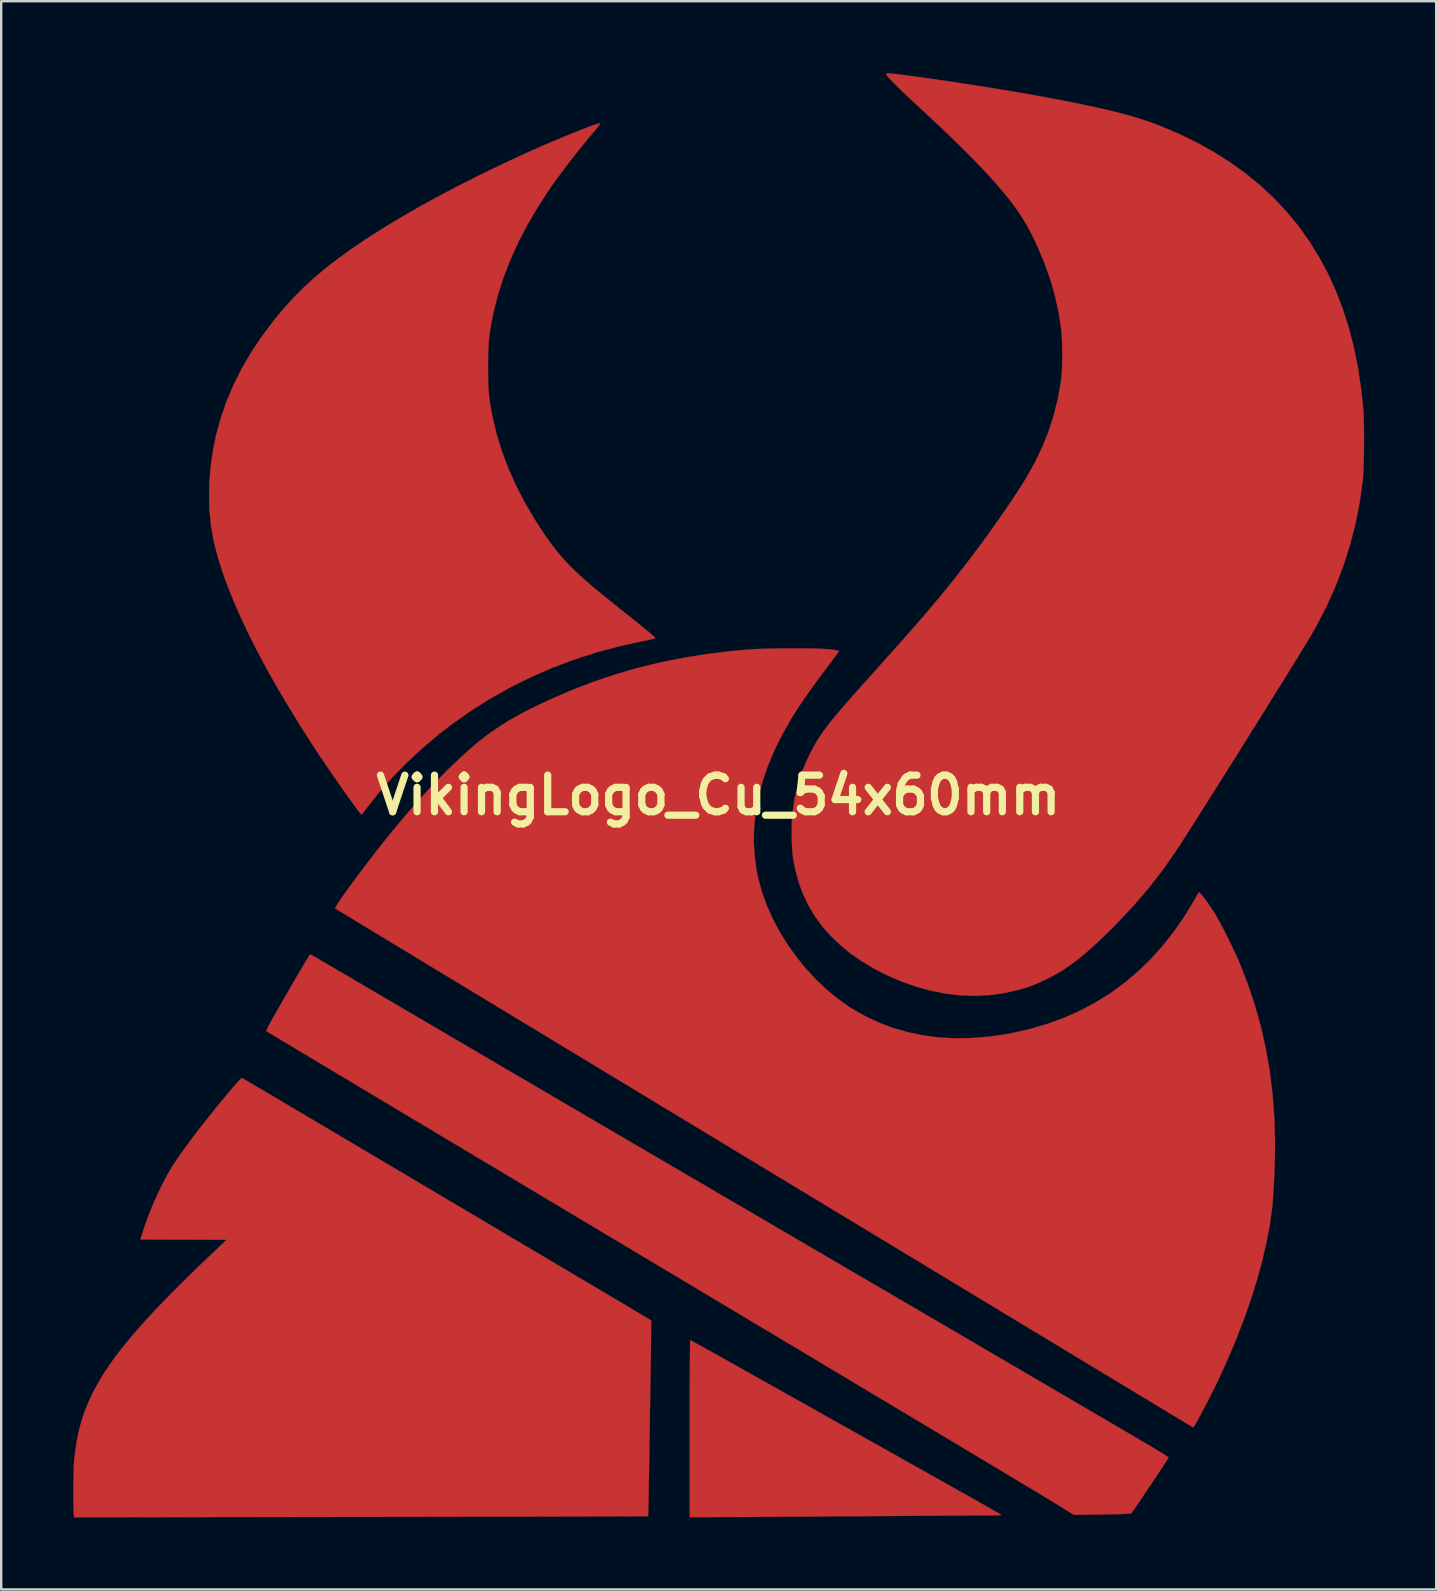
<source format=kicad_pcb>
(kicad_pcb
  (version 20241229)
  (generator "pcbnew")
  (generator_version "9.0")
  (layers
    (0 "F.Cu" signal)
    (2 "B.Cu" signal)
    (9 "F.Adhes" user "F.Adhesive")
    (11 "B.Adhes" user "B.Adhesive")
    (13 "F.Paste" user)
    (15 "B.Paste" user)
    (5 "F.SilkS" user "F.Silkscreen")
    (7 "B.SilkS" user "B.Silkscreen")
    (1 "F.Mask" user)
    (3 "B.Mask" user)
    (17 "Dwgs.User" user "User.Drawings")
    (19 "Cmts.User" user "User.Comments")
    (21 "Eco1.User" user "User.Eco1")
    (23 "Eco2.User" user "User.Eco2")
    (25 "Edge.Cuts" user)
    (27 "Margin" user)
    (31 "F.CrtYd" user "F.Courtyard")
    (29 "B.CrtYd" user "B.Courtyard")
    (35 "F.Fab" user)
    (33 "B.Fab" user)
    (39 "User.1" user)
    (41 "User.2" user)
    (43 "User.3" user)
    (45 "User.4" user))
  (footprint "VikingLogo_Cu_54x60mm"
    (layer "F.Cu")
    (at 26.88 30.079)
    (property "Reference" "VikingLogo_Cu_54x60mm" (at 0 0 0) (layer "F.SilkS") (effects (font (size 1.524 1.524) (thickness 0.3))))
    (attr through_hole)
    (fp_poly (pts (xy -1.146 22.717) (xy -1.079 22.752) (xy -0.975 22.809) (xy -0.837 22.885) (xy -0.668 22.979) (xy -0.471 23.088) (xy -0.249 23.212) (xy -0.007 23.347) (xy 0.253 23.493) (xy 0.527 23.647) (xy 0.679 23.732) (xy 0.888 23.849) (xy 1.139 23.99) (xy 1.427 24.152) (xy 1.75 24.334) (xy 2.104 24.533) (xy 2.486 24.747) (xy 2.892 24.976) (xy 3.32 25.216) (xy 3.766 25.466) (xy 4.227 25.725) (xy 4.699 25.99) (xy 5.179 26.26) (xy 5.664 26.532) (xy 6.151 26.806) (xy 6.636 27.078) (xy 7.116 27.347) (xy 7.132 27.356) (xy 7.582 27.609) (xy 8.02 27.855) (xy 8.445 28.094) (xy 8.853 28.323) (xy 9.244 28.543) (xy 9.615 28.752) (xy 9.964 28.948) (xy 10.288 29.131) (xy 10.587 29.299) (xy 10.857 29.452) (xy 11.097 29.587) (xy 11.304 29.704) (xy 11.477 29.802) (xy 11.613 29.88) (xy 11.711 29.936) (xy 11.768 29.969) (xy 11.783 29.978) (xy 11.77 29.988) (xy 11.709 29.996) (xy 11.605 30.001) (xy 11.466 30.003) (xy 11.407 30.003) (xy 11.301 30.003) (xy 11.148 30.004) (xy 10.953 30.005) (xy 10.716 30.007) (xy 10.441 30.009) (xy 10.131 30.011) (xy 9.787 30.013) (xy 9.412 30.015) (xy 9.009 30.018) (xy 8.58 30.021) (xy 8.128 30.023) (xy 7.655 30.027) (xy 7.164 30.03) (xy 6.658 30.033) (xy 6.138 30.037) (xy 5.619 30.04) (xy 5.084 30.044) (xy 4.557 30.047) (xy 4.04 30.051) (xy 3.537 30.054) (xy 3.05 30.057) (xy 2.583 30.06) (xy 2.136 30.063) (xy 1.714 30.065) (xy 1.319 30.068) (xy 0.954 30.07) (xy 0.62 30.072) (xy 0.322 30.074) (xy 0.062 30.075) (xy -0.158 30.076) (xy -0.335 30.077) (xy -0.466 30.078) (xy -0.54 30.078) (xy -1.195 30.078) (xy -1.195 26.392) (xy -1.195 25.869) (xy -1.194 25.381) (xy -1.194 24.93) (xy -1.192 24.516) (xy -1.191 24.141) (xy -1.189 23.806) (xy -1.187 23.513) (xy -1.185 23.263) (xy -1.183 23.058) (xy -1.18 22.898) (xy -1.177 22.785) (xy -1.174 22.721) (xy -1.171 22.705) (xy -1.146 22.717)) (stroke (width 0.01) (type solid)) (fill yes) (layer "F.Cu"))
    (fp_poly (pts (xy -19.846 11.781) (xy -19.822 11.794) (xy -19.757 11.833) (xy -19.652 11.895) (xy -19.508 11.979) (xy -19.328 12.086) (xy -19.113 12.213) (xy -18.866 12.359) (xy -18.587 12.524) (xy -18.279 12.706) (xy -17.944 12.905) (xy -17.583 13.119) (xy -17.198 13.346) (xy -16.791 13.587) (xy -16.364 13.84) (xy -15.919 14.104) (xy -15.457 14.377) (xy -14.981 14.659) (xy -14.492 14.949) (xy -13.991 15.246) (xy -13.481 15.548) (xy -12.964 15.854) (xy -12.441 16.164) (xy -11.914 16.476) (xy -11.386 16.79) (xy -10.857 17.103) (xy -10.329 17.416) (xy -9.805 17.726) (xy -9.287 18.034) (xy -8.775 18.337) (xy -8.272 18.635) (xy -7.78 18.927) (xy -7.3 19.211) (xy -6.835 19.487) (xy -6.385 19.753) (xy -5.954 20.009) (xy -5.542 20.253) (xy -5.152 20.485) (xy -4.785 20.702) (xy -4.444 20.905) (xy -4.129 21.091) (xy -3.844 21.261) (xy -3.588 21.412) (xy -3.366 21.545) (xy -3.177 21.657) (xy -3.025 21.747) (xy -2.91 21.815) (xy -2.835 21.86) (xy -2.802 21.88) (xy -2.8 21.881) (xy -2.8 21.907) (xy -2.8 21.98) (xy -2.801 22.098) (xy -2.802 22.257) (xy -2.804 22.453) (xy -2.807 22.684) (xy -2.811 22.945) (xy -2.815 23.235) (xy -2.819 23.55) (xy -2.824 23.885) (xy -2.829 24.239) (xy -2.835 24.607) (xy -2.841 24.987) (xy -2.847 25.375) (xy -2.853 25.768) (xy -2.859 26.162) (xy -2.865 26.555) (xy -2.871 26.943) (xy -2.877 27.323) (xy -2.884 27.691) (xy -2.889 28.044) (xy -2.895 28.379) (xy -2.901 28.693) (xy -2.906 28.982) (xy -2.91 29.243) (xy -2.915 29.473) (xy -2.919 29.669) (xy -2.922 29.826) (xy -2.925 29.943) (xy -2.927 30.015) (xy -2.928 30.04) (xy -2.954 30.04) (xy -3.029 30.041) (xy -3.152 30.042) (xy -3.321 30.042) (xy -3.534 30.043) (xy -3.79 30.044) (xy -4.088 30.045) (xy -4.426 30.046) (xy -4.802 30.047) (xy -5.214 30.048) (xy -5.662 30.049) (xy -6.144 30.05) (xy -6.657 30.051) (xy -7.201 30.053) (xy -7.773 30.054) (xy -8.373 30.055) (xy -8.999 30.056) (xy -9.649 30.057) (xy -10.321 30.059) (xy -11.014 30.06) (xy -11.727 30.061) (xy -12.457 30.062) (xy -13.204 30.064) (xy -13.966 30.065) (xy -14.741 30.066) (xy -14.889 30.066) (xy -26.841 30.085) (xy -26.858 29.91) (xy -26.865 29.798) (xy -26.87 29.644) (xy -26.874 29.456) (xy -26.875 29.243) (xy -26.875 29.013) (xy -26.874 28.774) (xy -26.87 28.536) (xy -26.865 28.307) (xy -26.859 28.095) (xy -26.852 27.908) (xy -26.843 27.756) (xy -26.837 27.685) (xy -26.795 27.311) (xy -26.739 26.948) (xy -26.668 26.592) (xy -26.582 26.243) (xy -26.479 25.899) (xy -26.357 25.556) (xy -26.215 25.215) (xy -26.052 24.872) (xy -25.867 24.526) (xy -25.657 24.174) (xy -25.423 23.815) (xy -25.162 23.447) (xy -24.873 23.067) (xy -24.556 22.675) (xy -24.208 22.267) (xy -23.828 21.842) (xy -23.415 21.398) (xy -22.968 20.933) (xy -22.485 20.446) (xy -21.965 19.933) (xy -21.406 19.394) (xy -20.916 18.927) (xy -20.488 18.522) (xy -22.285 18.516) (xy -24.081 18.509) (xy -24.064 18.452) (xy -23.917 17.996) (xy -23.75 17.535) (xy -23.568 17.079) (xy -23.374 16.637) (xy -23.171 16.216) (xy -22.965 15.825) (xy -22.758 15.473) (xy -22.675 15.344) (xy -22.444 15.004) (xy -22.177 14.63) (xy -21.877 14.226) (xy -21.544 13.794) (xy -21.181 13.334) (xy -20.928 13.02) (xy -20.695 12.736) (xy -20.49 12.487) (xy -20.311 12.275) (xy -20.161 12.1) (xy -20.038 11.962) (xy -19.945 11.862) (xy -19.881 11.801) (xy -19.848 11.78) (xy -19.846 11.781)) (stroke (width 0.01) (type solid)) (fill yes) (layer "F.Cu"))
    (fp_poly (pts (xy -16.977 6.645) (xy -16.911 6.683) (xy -16.808 6.742) (xy -16.672 6.821) (xy -16.507 6.916) (xy -16.316 7.027) (xy -16.104 7.151) (xy -15.874 7.286) (xy -15.629 7.429) (xy -15.498 7.506) (xy -14.63 8.016) (xy -13.761 8.526) (xy -12.889 9.038) (xy -12.011 9.552) (xy -11.126 10.072) (xy -10.231 10.596) (xy -9.324 11.128) (xy -8.403 11.668) (xy -7.465 12.218) (xy -6.508 12.778) (xy -5.53 13.351) (xy -4.529 13.937) (xy -3.502 14.538) (xy -2.447 15.155) (xy -1.363 15.789) (xy -0.246 16.443) (xy 0.905 17.116) (xy 2.092 17.81) (xy 3.319 18.528) (xy 4.587 19.269) (xy 4.907 19.456) (xy 5.878 20.024) (xy 6.83 20.581) (xy 7.762 21.125) (xy 8.671 21.657) (xy 9.557 22.175) (xy 10.417 22.678) (xy 11.25 23.166) (xy 12.055 23.637) (xy 12.83 24.09) (xy 13.574 24.525) (xy 14.284 24.941) (xy 14.959 25.336) (xy 15.598 25.711) (xy 16.2 26.063) (xy 16.762 26.392) (xy 17.282 26.697) (xy 17.691 26.937) (xy 17.955 27.092) (xy 18.177 27.224) (xy 18.359 27.334) (xy 18.503 27.423) (xy 18.613 27.492) (xy 18.689 27.545) (xy 18.735 27.58) (xy 18.753 27.601) (xy 18.753 27.605) (xy 18.736 27.633) (xy 18.694 27.698) (xy 18.63 27.795) (xy 18.548 27.921) (xy 18.449 28.069) (xy 18.338 28.236) (xy 18.218 28.416) (xy 18.092 28.605) (xy 17.963 28.798) (xy 17.834 28.989) (xy 17.709 29.175) (xy 17.591 29.351) (xy 17.483 29.511) (xy 17.388 29.652) (xy 17.309 29.767) (xy 17.25 29.853) (xy 17.213 29.905) (xy 17.203 29.918) (xy 17.18 29.925) (xy 17.123 29.933) (xy 17.029 29.939) (xy 16.898 29.945) (xy 16.725 29.95) (xy 16.509 29.956) (xy 16.246 29.96) (xy 15.993 29.964) (xy 14.81 29.981) (xy 14.09 29.534) (xy 14.031 29.497) (xy 13.929 29.435) (xy 13.785 29.349) (xy 13.602 29.238) (xy 13.379 29.104) (xy 13.118 28.947) (xy 12.821 28.769) (xy 12.488 28.569) (xy 12.12 28.349) (xy 11.719 28.108) (xy 11.286 27.848) (xy 10.822 27.57) (xy 10.327 27.274) (xy 9.804 26.961) (xy 9.254 26.631) (xy 8.676 26.285) (xy 8.074 25.925) (xy 7.447 25.549) (xy 6.797 25.16) (xy 6.125 24.758) (xy 5.432 24.344) (xy 4.719 23.917) (xy 3.988 23.48) (xy 3.24 23.032) (xy 2.475 22.575) (xy 1.695 22.109) (xy 0.901 21.634) (xy 0.095 21.152) (xy -0.724 20.663) (xy -1.552 20.167) (xy -2.391 19.666) (xy -2.716 19.472) (xy -3.553 18.972) (xy -4.379 18.478) (xy -5.193 17.991) (xy -5.994 17.512) (xy -6.781 17.041) (xy -7.554 16.58) (xy -8.31 16.128) (xy -9.049 15.686) (xy -9.77 15.255) (xy -10.471 14.835) (xy -11.153 14.428) (xy -11.812 14.033) (xy -12.449 13.652) (xy -13.063 13.285) (xy -13.651 12.933) (xy -14.214 12.597) (xy -14.75 12.276) (xy -15.258 11.972) (xy -15.737 11.685) (xy -16.186 11.417) (xy -16.604 11.167) (xy -16.989 10.936) (xy -17.341 10.725) (xy -17.658 10.535) (xy -17.94 10.366) (xy -18.186 10.219) (xy -18.394 10.094) (xy -18.563 9.993) (xy -18.692 9.915) (xy -18.78 9.862) (xy -18.826 9.833) (xy -18.833 9.829) (xy -18.834 9.814) (xy -18.823 9.779) (xy -18.797 9.722) (xy -18.756 9.64) (xy -18.698 9.532) (xy -18.622 9.394) (xy -18.528 9.224) (xy -18.412 9.019) (xy -18.275 8.778) (xy -18.114 8.498) (xy -17.949 8.212) (xy -17.799 7.952) (xy -17.655 7.705) (xy -17.521 7.475) (xy -17.397 7.266) (xy -17.287 7.08) (xy -17.191 6.922) (xy -17.113 6.795) (xy -17.055 6.702) (xy -17.017 6.646) (xy -17.004 6.631) (xy -16.977 6.645)) (stroke (width 0.01) (type solid)) (fill yes) (layer "F.Cu"))
    (fp_poly (pts (xy -4.937 -27.988) (xy -4.935 -27.966) (xy -4.97 -27.91) (xy -5.04 -27.818) (xy -5.127 -27.714) (xy -5.404 -27.384) (xy -5.687 -27.038) (xy -5.969 -26.685) (xy -6.243 -26.332) (xy -6.504 -25.989) (xy -6.745 -25.664) (xy -6.959 -25.364) (xy -7.022 -25.273) (xy -7.509 -24.53) (xy -7.945 -23.789) (xy -8.331 -23.05) (xy -8.666 -22.314) (xy -8.951 -21.579) (xy -9.185 -20.846) (xy -9.37 -20.114) (xy -9.456 -19.679) (xy -9.493 -19.467) (xy -9.523 -19.28) (xy -9.546 -19.108) (xy -9.564 -18.942) (xy -9.577 -18.773) (xy -9.587 -18.591) (xy -9.592 -18.388) (xy -9.596 -18.154) (xy -9.597 -17.879) (xy -9.597 -17.836) (xy -9.596 -17.528) (xy -9.592 -17.262) (xy -9.584 -17.026) (xy -9.571 -16.812) (xy -9.552 -16.61) (xy -9.527 -16.409) (xy -9.494 -16.201) (xy -9.453 -15.975) (xy -9.409 -15.755) (xy -9.238 -15.036) (xy -9.017 -14.319) (xy -8.747 -13.604) (xy -8.427 -12.89) (xy -8.057 -12.176) (xy -7.636 -11.462) (xy -7.386 -11.073) (xy -7.228 -10.838) (xy -7.074 -10.618) (xy -6.923 -10.411) (xy -6.77 -10.213) (xy -6.613 -10.021) (xy -6.448 -9.833) (xy -6.273 -9.644) (xy -6.084 -9.453) (xy -5.878 -9.256) (xy -5.652 -9.049) (xy -5.403 -8.83) (xy -5.128 -8.596) (xy -4.823 -8.344) (xy -4.486 -8.07) (xy -4.114 -7.772) (xy -3.792 -7.517) (xy -3.515 -7.297) (xy -3.278 -7.107) (xy -3.079 -6.946) (xy -2.918 -6.814) (xy -2.793 -6.708) (xy -2.704 -6.629) (xy -2.649 -6.575) (xy -2.627 -6.546) (xy -2.648 -6.533) (xy -2.714 -6.513) (xy -2.818 -6.487) (xy -2.956 -6.457) (xy -3.121 -6.424) (xy -3.133 -6.422) (xy -4.113 -6.211) (xy -5.074 -5.953) (xy -6.014 -5.65) (xy -6.934 -5.303) (xy -7.83 -4.911) (xy -8.702 -4.476) (xy -9.548 -3.999) (xy -10.367 -3.479) (xy -11.158 -2.918) (xy -11.645 -2.54) (xy -12.329 -1.964) (xy -12.975 -1.365) (xy -13.579 -0.747) (xy -14.139 -0.113) (xy -14.595 0.461) (xy -14.682 0.574) (xy -14.758 0.672) (xy -14.818 0.747) (xy -14.857 0.794) (xy -14.87 0.806) (xy -14.891 0.79) (xy -14.935 0.741) (xy -14.991 0.67) (xy -15.009 0.646) (xy -15.202 0.381) (xy -15.416 0.084) (xy -15.644 -0.237) (xy -15.879 -0.572) (xy -16.113 -0.91) (xy -16.341 -1.243) (xy -16.555 -1.559) (xy -16.748 -1.85) (xy -16.819 -1.958) (xy -17.361 -2.802) (xy -17.869 -3.624) (xy -18.343 -4.424) (xy -18.782 -5.201) (xy -19.187 -5.954) (xy -19.555 -6.681) (xy -19.888 -7.382) (xy -20.184 -8.055) (xy -20.444 -8.701) (xy -20.666 -9.317) (xy -20.85 -9.903) (xy -20.996 -10.458) (xy -21.053 -10.717) (xy -21.144 -11.263) (xy -21.199 -11.84) (xy -21.219 -12.439) (xy -21.204 -13.055) (xy -21.153 -13.68) (xy -21.074 -14.264) (xy -20.932 -14.98) (xy -20.741 -15.686) (xy -20.501 -16.383) (xy -20.21 -17.071) (xy -19.871 -17.751) (xy -19.481 -18.422) (xy -19.041 -19.086) (xy -18.551 -19.741) (xy -18.449 -19.87) (xy -18.069 -20.322) (xy -17.678 -20.749) (xy -17.27 -21.158) (xy -16.838 -21.554) (xy -16.376 -21.943) (xy -15.878 -22.331) (xy -15.336 -22.723) (xy -15.299 -22.749) (xy -14.669 -23.176) (xy -13.992 -23.609) (xy -13.269 -24.047) (xy -12.505 -24.488) (xy -11.701 -24.93) (xy -10.861 -25.373) (xy -9.987 -25.815) (xy -9.081 -26.254) (xy -8.147 -26.689) (xy -8.06 -26.729) (xy -7.777 -26.856) (xy -7.488 -26.984) (xy -7.196 -27.111) (xy -6.905 -27.236) (xy -6.619 -27.356) (xy -6.343 -27.471) (xy -6.079 -27.578) (xy -5.833 -27.677) (xy -5.609 -27.765) (xy -5.409 -27.84) (xy -5.239 -27.902) (xy -5.102 -27.949) (xy -5.003 -27.978) (xy -4.945 -27.989) (xy -4.937 -27.988)) (stroke (width 0.01) (type solid)) (fill yes) (layer "F.Cu"))
    (fp_poly (pts (xy 3.354 -6.116) (xy 3.636 -6.114) (xy 3.901 -6.11) (xy 4.143 -6.104) (xy 4.356 -6.095) (xy 4.532 -6.085) (xy 4.666 -6.073) (xy 4.703 -6.069) (xy 4.824 -6.051) (xy 4.925 -6.035) (xy 4.996 -6.022) (xy 5.028 -6.015) (xy 5.028 -6.015) (xy 5.015 -5.993) (xy 4.975 -5.936) (xy 4.91 -5.846) (xy 4.824 -5.729) (xy 4.721 -5.588) (xy 4.602 -5.429) (xy 4.472 -5.255) (xy 4.419 -5.184) (xy 4.158 -4.834) (xy 3.927 -4.518) (xy 3.72 -4.228) (xy 3.532 -3.958) (xy 3.361 -3.703) (xy 3.202 -3.457) (xy 3.05 -3.212) (xy 2.999 -3.127) (xy 2.632 -2.479) (xy 2.316 -1.834) (xy 2.05 -1.194) (xy 1.834 -0.557) (xy 1.669 0.075) (xy 1.553 0.702) (xy 1.488 1.324) (xy 1.473 1.941) (xy 1.509 2.552) (xy 1.595 3.158) (xy 1.667 3.5) (xy 1.821 4.055) (xy 2.022 4.609) (xy 2.268 5.157) (xy 2.555 5.696) (xy 2.879 6.22) (xy 3.238 6.725) (xy 3.628 7.207) (xy 4.046 7.66) (xy 4.488 8.082) (xy 4.952 8.466) (xy 5.434 8.809) (xy 5.572 8.897) (xy 6.127 9.213) (xy 6.701 9.482) (xy 7.296 9.704) (xy 7.911 9.88) (xy 8.545 10.009) (xy 9.198 10.092) (xy 9.87 10.128) (xy 10.56 10.117) (xy 11.268 10.059) (xy 11.994 9.954) (xy 12.28 9.901) (xy 13.029 9.729) (xy 13.75 9.514) (xy 14.444 9.257) (xy 15.11 8.957) (xy 15.748 8.615) (xy 16.358 8.23) (xy 16.94 7.802) (xy 17.494 7.333) (xy 18.02 6.821) (xy 18.517 6.267) (xy 18.986 5.671) (xy 19.427 5.033) (xy 19.796 4.427) (xy 20.018 4.041) (xy 20.08 4.099) (xy 20.144 4.168) (xy 20.229 4.272) (xy 20.326 4.402) (xy 20.431 4.549) (xy 20.537 4.705) (xy 20.638 4.86) (xy 20.71 4.977) (xy 20.799 5.134) (xy 20.905 5.327) (xy 21.021 5.548) (xy 21.144 5.787) (xy 21.268 6.035) (xy 21.388 6.282) (xy 21.501 6.518) (xy 21.601 6.734) (xy 21.683 6.92) (xy 21.686 6.928) (xy 22.036 7.816) (xy 22.339 8.715) (xy 22.596 9.629) (xy 22.805 10.557) (xy 22.969 11.503) (xy 23.087 12.468) (xy 23.16 13.453) (xy 23.187 14.46) (xy 23.187 14.594) (xy 23.185 14.866) (xy 23.18 15.159) (xy 23.171 15.467) (xy 23.16 15.779) (xy 23.147 16.088) (xy 23.132 16.384) (xy 23.115 16.658) (xy 23.097 16.902) (xy 23.079 17.106) (xy 23.073 17.162) (xy 22.973 17.882) (xy 22.833 18.63) (xy 22.654 19.402) (xy 22.437 20.197) (xy 22.182 21.011) (xy 21.891 21.842) (xy 21.564 22.686) (xy 21.201 23.542) (xy 20.888 24.23) (xy 20.806 24.404) (xy 20.714 24.593) (xy 20.614 24.794) (xy 20.51 25.001) (xy 20.403 25.21) (xy 20.297 25.415) (xy 20.194 25.612) (xy 20.097 25.795) (xy 20.008 25.96) (xy 19.93 26.101) (xy 19.866 26.214) (xy 19.818 26.294) (xy 19.788 26.336) (xy 19.782 26.34) (xy 19.759 26.327) (xy 19.695 26.289) (xy 19.588 26.225) (xy 19.442 26.136) (xy 19.256 26.024) (xy 19.031 25.889) (xy 18.769 25.731) (xy 18.471 25.551) (xy 18.137 25.349) (xy 17.769 25.127) (xy 17.368 24.884) (xy 16.934 24.622) (xy 16.469 24.342) (xy 15.974 24.042) (xy 15.449 23.725) (xy 14.897 23.391) (xy 14.317 23.041) (xy 13.711 22.674) (xy 13.079 22.293) (xy 12.424 21.896) (xy 11.745 21.486) (xy 11.044 21.062) (xy 10.322 20.626) (xy 9.58 20.177) (xy 8.819 19.717) (xy 8.04 19.246) (xy 7.244 18.764) (xy 6.431 18.273) (xy 5.604 17.773) (xy 4.763 17.264) (xy 3.909 16.748) (xy 3.042 16.224) (xy 2.165 15.693) (xy 1.92 15.545) (xy 1.039 15.012) (xy 0.17 14.486) (xy -0.688 13.967) (xy -1.533 13.456) (xy -2.365 12.953) (xy -3.182 12.459) (xy -3.983 11.974) (xy -4.767 11.499) (xy -5.534 11.036) (xy -6.282 10.583) (xy -7.01 10.142) (xy -7.717 9.714) (xy -8.403 9.299) (xy -9.065 8.898) (xy -9.704 8.512) (xy -10.318 8.14) (xy -10.906 7.784) (xy -11.467 7.444) (xy -12 7.122) (xy -12.504 6.816) (xy -12.978 6.529) (xy -13.421 6.261) (xy -13.832 6.012) (xy -14.21 5.783) (xy -14.554 5.574) (xy -14.863 5.387) (xy -15.136 5.221) (xy -15.372 5.078) (xy -15.569 4.958) (xy -15.728 4.862) (xy -15.846 4.79) (xy -15.923 4.743) (xy -15.958 4.721) (xy -15.96 4.72) (xy -15.956 4.689) (xy -15.921 4.619) (xy -15.855 4.511) (xy -15.759 4.366) (xy -15.634 4.185) (xy -15.48 3.969) (xy -15.298 3.717) (xy -15.087 3.433) (xy -14.888 3.165) (xy -14.268 2.354) (xy -13.658 1.589) (xy -13.059 0.87) (xy -12.472 0.198) (xy -11.896 -0.428) (xy -11.333 -1.005) (xy -10.782 -1.534) (xy -10.373 -1.904) (xy -10.054 -2.175) (xy -9.739 -2.426) (xy -9.42 -2.661) (xy -9.091 -2.883) (xy -8.746 -3.098) (xy -8.377 -3.31) (xy -7.979 -3.521) (xy -7.545 -3.737) (xy -7.068 -3.961) (xy -6.16 -4.357) (xy -5.247 -4.71) (xy -4.324 -5.022) (xy -3.388 -5.295) (xy -2.434 -5.528) (xy -1.457 -5.724) (xy -0.454 -5.884) (xy 0.58 -6.008) (xy 1.246 -6.068) (xy 1.436 -6.081) (xy 1.659 -6.091) (xy 1.91 -6.1) (xy 2.182 -6.107) (xy 2.469 -6.112) (xy 2.764 -6.116) (xy 3.061 -6.117) (xy 3.354 -6.116)) (stroke (width 0.01) (type solid)) (fill yes) (layer "F.Cu"))
    (fp_poly (pts (xy 7.161 -30.07) (xy 7.262 -30.061) (xy 7.396 -30.045) (xy 7.567 -30.024) (xy 7.78 -29.996) (xy 8.016 -29.964) (xy 8.748 -29.863) (xy 9.483 -29.758) (xy 10.217 -29.647) (xy 10.945 -29.534) (xy 11.661 -29.418) (xy 12.36 -29.301) (xy 13.037 -29.183) (xy 13.688 -29.065) (xy 14.307 -28.948) (xy 14.889 -28.833) (xy 15.429 -28.721) (xy 15.802 -28.639) (xy 16.282 -28.529) (xy 16.718 -28.421) (xy 17.117 -28.314) (xy 17.485 -28.206) (xy 17.828 -28.096) (xy 18.153 -27.981) (xy 18.37 -27.898) (xy 19.174 -27.558) (xy 19.938 -27.187) (xy 20.662 -26.784) (xy 21.346 -26.349) (xy 21.991 -25.882) (xy 22.597 -25.383) (xy 23.162 -24.853) (xy 23.689 -24.29) (xy 24.175 -23.696) (xy 24.623 -23.07) (xy 25.03 -22.411) (xy 25.399 -21.721) (xy 25.727 -20.999) (xy 26.017 -20.244) (xy 26.267 -19.457) (xy 26.478 -18.639) (xy 26.649 -17.787) (xy 26.781 -16.904) (xy 26.863 -16.121) (xy 26.875 -15.939) (xy 26.885 -15.718) (xy 26.891 -15.465) (xy 26.896 -15.189) (xy 26.897 -14.897) (xy 26.896 -14.598) (xy 26.893 -14.3) (xy 26.888 -14.01) (xy 26.88 -13.738) (xy 26.87 -13.49) (xy 26.857 -13.275) (xy 26.843 -13.101) (xy 26.839 -13.069) (xy 26.711 -12.168) (xy 26.535 -11.281) (xy 26.309 -10.408) (xy 26.035 -9.55) (xy 25.712 -8.708) (xy 25.342 -7.881) (xy 24.923 -7.07) (xy 24.719 -6.712) (xy 24.637 -6.573) (xy 24.529 -6.394) (xy 24.398 -6.178) (xy 24.245 -5.928) (xy 24.073 -5.647) (xy 23.882 -5.339) (xy 23.676 -5.005) (xy 23.456 -4.65) (xy 23.224 -4.276) (xy 22.981 -3.887) (xy 22.73 -3.484) (xy 22.473 -3.072) (xy 22.211 -2.653) (xy 21.947 -2.231) (xy 21.682 -1.807) (xy 21.418 -1.387) (xy 21.156 -0.971) (xy 20.9 -0.564) (xy 20.651 -0.168) (xy 20.41 0.213) (xy 20.18 0.576) (xy 19.963 0.92) (xy 19.759 1.239) (xy 19.572 1.533) (xy 19.404 1.796) (xy 19.255 2.027) (xy 19.128 2.223) (xy 19.025 2.38) (xy 18.984 2.441) (xy 18.462 3.18) (xy 17.894 3.907) (xy 17.278 4.622) (xy 16.613 5.329) (xy 16.476 5.467) (xy 16.127 5.812) (xy 15.805 6.12) (xy 15.506 6.394) (xy 15.224 6.638) (xy 14.957 6.855) (xy 14.7 7.049) (xy 14.447 7.223) (xy 14.196 7.38) (xy 13.942 7.524) (xy 13.692 7.652) (xy 13.421 7.78) (xy 13.178 7.885) (xy 12.946 7.974) (xy 12.709 8.051) (xy 12.453 8.123) (xy 12.45 8.124) (xy 11.86 8.253) (xy 11.266 8.332) (xy 10.669 8.36) (xy 10.074 8.338) (xy 10.056 8.337) (xy 9.448 8.263) (xy 8.836 8.141) (xy 8.227 7.973) (xy 7.626 7.761) (xy 7.039 7.509) (xy 6.47 7.217) (xy 5.927 6.888) (xy 5.496 6.586) (xy 5.269 6.405) (xy 5.032 6.198) (xy 4.798 5.977) (xy 4.579 5.753) (xy 4.388 5.538) (xy 4.34 5.479) (xy 4.024 5.049) (xy 3.753 4.595) (xy 3.524 4.117) (xy 3.339 3.612) (xy 3.196 3.08) (xy 3.113 2.644) (xy 3.093 2.478) (xy 3.077 2.273) (xy 3.065 2.039) (xy 3.058 1.788) (xy 3.055 1.531) (xy 3.057 1.279) (xy 3.064 1.044) (xy 3.076 0.836) (xy 3.088 0.712) (xy 3.173 0.15) (xy 3.295 -0.384) (xy 3.457 -0.9) (xy 3.663 -1.407) (xy 3.792 -1.678) (xy 3.88 -1.85) (xy 3.967 -2.014) (xy 4.055 -2.17) (xy 4.148 -2.324) (xy 4.247 -2.478) (xy 4.356 -2.636) (xy 4.477 -2.802) (xy 4.612 -2.978) (xy 4.764 -3.169) (xy 4.937 -3.376) (xy 5.131 -3.605) (xy 5.351 -3.859) (xy 5.598 -4.14) (xy 5.875 -4.452) (xy 6.098 -4.702) (xy 6.264 -4.886) (xy 6.453 -5.098) (xy 6.659 -5.328) (xy 6.87 -5.564) (xy 7.077 -5.796) (xy 7.273 -6.014) (xy 7.384 -6.138) (xy 7.814 -6.622) (xy 8.212 -7.075) (xy 8.584 -7.504) (xy 8.933 -7.915) (xy 9.265 -8.312) (xy 9.584 -8.703) (xy 9.895 -9.092) (xy 10.203 -9.485) (xy 10.512 -9.888) (xy 10.698 -10.135) (xy 10.938 -10.457) (xy 11.183 -10.792) (xy 11.429 -11.136) (xy 11.673 -11.481) (xy 11.91 -11.822) (xy 12.136 -12.153) (xy 12.346 -12.468) (xy 12.537 -12.76) (xy 12.705 -13.023) (xy 12.834 -13.234) (xy 13.194 -13.882) (xy 13.505 -14.533) (xy 13.767 -15.19) (xy 13.98 -15.856) (xy 14.146 -16.532) (xy 14.265 -17.222) (xy 14.294 -17.455) (xy 14.308 -17.62) (xy 14.318 -17.825) (xy 14.324 -18.059) (xy 14.326 -18.309) (xy 14.324 -18.566) (xy 14.319 -18.819) (xy 14.309 -19.055) (xy 14.296 -19.264) (xy 14.28 -19.425) (xy 14.177 -20.1) (xy 14.032 -20.766) (xy 13.845 -21.429) (xy 13.613 -22.093) (xy 13.335 -22.766) (xy 13.235 -22.986) (xy 13.086 -23.297) (xy 12.944 -23.572) (xy 12.801 -23.826) (xy 12.65 -24.073) (xy 12.547 -24.23) (xy 12.359 -24.5) (xy 12.146 -24.784) (xy 11.905 -25.083) (xy 11.637 -25.4) (xy 11.339 -25.734) (xy 11.01 -26.089) (xy 10.648 -26.465) (xy 10.253 -26.864) (xy 9.821 -27.287) (xy 9.354 -27.737) (xy 8.847 -28.214) (xy 8.441 -28.592) (xy 8.142 -28.87) (xy 7.879 -29.115) (xy 7.653 -29.33) (xy 7.462 -29.514) (xy 7.306 -29.67) (xy 7.182 -29.798) (xy 7.09 -29.899) (xy 7.029 -29.974) (xy 6.997 -30.024) (xy 6.992 -30.043) (xy 6.996 -30.058) (xy 7.01 -30.068) (xy 7.039 -30.073) (xy 7.088 -30.074) (xy 7.161 -30.07)) (stroke (width 0.01) (type solid)) (fill yes) (layer "F.Cu")))
  (gr_rect
    (start -3 -3)
    (end 56.783 63.17)
    (stroke (width 0.1) (type default))
    (fill no)
    (layer "Edge.Cuts")))
</source>
